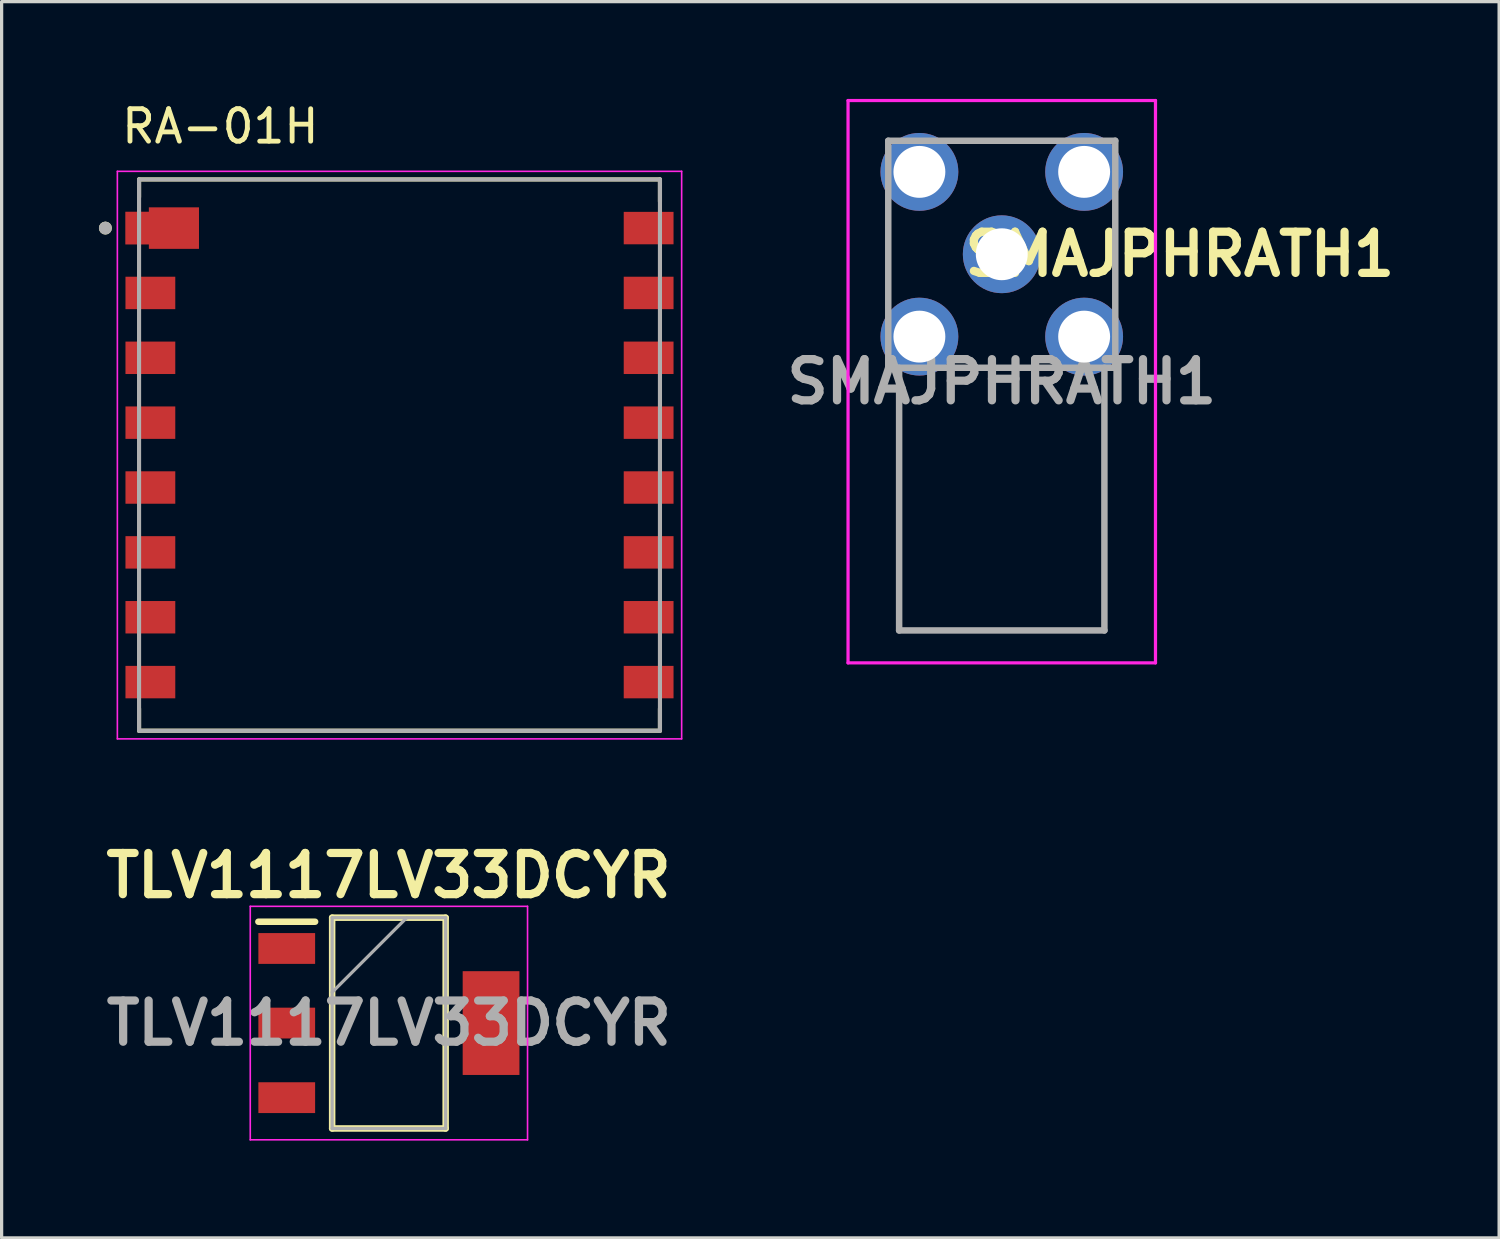
<source format=kicad_pcb>
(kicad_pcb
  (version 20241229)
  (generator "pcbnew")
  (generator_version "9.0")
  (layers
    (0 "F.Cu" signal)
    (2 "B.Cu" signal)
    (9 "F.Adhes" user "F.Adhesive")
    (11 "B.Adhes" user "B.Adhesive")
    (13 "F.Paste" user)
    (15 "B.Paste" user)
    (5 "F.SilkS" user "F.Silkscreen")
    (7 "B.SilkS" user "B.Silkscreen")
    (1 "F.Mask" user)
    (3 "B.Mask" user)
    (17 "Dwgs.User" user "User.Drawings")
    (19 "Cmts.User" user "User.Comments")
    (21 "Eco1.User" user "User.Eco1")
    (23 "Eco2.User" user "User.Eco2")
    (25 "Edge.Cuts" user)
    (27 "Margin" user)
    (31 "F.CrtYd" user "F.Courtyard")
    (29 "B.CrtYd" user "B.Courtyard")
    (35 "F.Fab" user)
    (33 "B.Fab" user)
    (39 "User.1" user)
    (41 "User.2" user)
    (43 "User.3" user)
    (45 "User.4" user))
  (footprint "RA-01H"
    (layer "F.Cu")
    (at 9.269 10.983)
    (property "Reference" "RA-01H" (at -5.525 -10.135 0) (layer "F.SilkS") (effects (font (size 1 1) (thickness 0.15))))
    (attr smd)
    (fp_poly (pts (xy -6.088 -7.735) (xy -6.088 -6.265) (xy -7.824 -6.265) (xy -7.824 -6.4) (xy -8.55 -6.4) (xy -8.55 -7.6) (xy -7.824 -7.6) (xy -7.824 -7.735)) (stroke (width 0.01) (type solid)) (fill yes) (layer "F.Mask"))
    (fp_line (start -8.031 -8.5) (end 8.031 -8.5) (stroke (width 0.127) (type solid)) (layer "F.SilkS"))
    (fp_line (start -8.031 -7.955) (end -8.031 -8.5) (stroke (width 0.127) (type solid)) (layer "F.SilkS"))
    (fp_line (start -8.031 8.5) (end -8.031 7.82) (stroke (width 0.127) (type solid)) (layer "F.SilkS"))
    (fp_line (start 8.031 -8.5) (end 8.031 -7.82) (stroke (width 0.127) (type solid)) (layer "F.SilkS"))
    (fp_line (start 8.031 8.5) (end -8.031 8.5) (stroke (width 0.127) (type solid)) (layer "F.SilkS"))
    (fp_line (start 8.031 8.5) (end 8.031 7.82) (stroke (width 0.127) (type solid)) (layer "F.SilkS"))
    (fp_circle (center -9.069 -7) (end -8.969 -7) (stroke (width 0.2) (type solid)) (fill no) (layer "F.SilkS"))
    (fp_poly (pts (xy -6.188 -7.635) (xy -6.188 -6.365) (xy -7.724 -6.365) (xy -7.724 -6.5) (xy -8.45 -6.5) (xy -8.45 -7.5) (xy -7.724 -7.5) (xy -7.724 -7.635)) (stroke (width 0.01) (type solid)) (fill yes) (layer "F.Paste"))
    (fp_line (start -8.7 -8.75) (end -8.7 8.75) (stroke (width 0.05) (type solid)) (layer "F.CrtYd"))
    (fp_line (start -8.7 8.75) (end 8.7 8.75) (stroke (width 0.05) (type solid)) (layer "F.CrtYd"))
    (fp_line (start 8.7 -8.75) (end -8.7 -8.75) (stroke (width 0.05) (type solid)) (layer "F.CrtYd"))
    (fp_line (start 8.7 8.75) (end 8.7 -8.75) (stroke (width 0.05) (type solid)) (layer "F.CrtYd"))
    (fp_line (start -8.031 -8.5) (end 8.031 -8.5) (stroke (width 0.127) (type solid)) (layer "F.Fab"))
    (fp_line (start -8.031 8.5) (end -8.031 -8.5) (stroke (width 0.127) (type solid)) (layer "F.Fab"))
    (fp_line (start 8.031 -8.5) (end 8.031 8.5) (stroke (width 0.127) (type solid)) (layer "F.Fab"))
    (fp_line (start 8.031 8.5) (end -8.031 8.5) (stroke (width 0.127) (type solid)) (layer "F.Fab"))
    (fp_circle (center -9.069 -7) (end -8.969 -7) (stroke (width 0.2) (type solid)) (fill no) (layer "F.Fab"))
    (pad "1" smd custom (at -7.682 -7) (size 1.536 1) (layers "F.Cu") (options (anchor rect)) (primitives (gr_poly (pts (xy 1.494 -0.635) (xy 1.494 0.635) (xy -0.042 0.635) (xy -0.042 0.5) (xy -0.768 0.5) (xy -0.768 -0.5) (xy -0.042 -0.5) (xy -0.042 -0.635)) (width 0.01) (fill yes))))
    (pad "2" smd rect (at -7.682 -5) (size 1.536 1) (layers "F.Cu" "F.Mask" "F.Paste"))
    (pad "3" smd rect (at -7.682 -3) (size 1.536 1) (layers "F.Cu" "F.Mask" "F.Paste"))
    (pad "4" smd rect (at -7.682 -1) (size 1.536 1) (layers "F.Cu" "F.Mask" "F.Paste"))
    (pad "5" smd rect (at -7.682 1) (size 1.536 1) (layers "F.Cu" "F.Mask" "F.Paste"))
    (pad "6" smd rect (at -7.682 3) (size 1.536 1) (layers "F.Cu" "F.Mask" "F.Paste"))
    (pad "7" smd rect (at -7.682 5) (size 1.536 1) (layers "F.Cu" "F.Mask" "F.Paste"))
    (pad "8" smd rect (at -7.682 7) (size 1.536 1) (layers "F.Cu" "F.Mask" "F.Paste"))
    (pad "9" smd rect (at 7.682 7) (size 1.536 1) (layers "F.Cu" "F.Mask" "F.Paste"))
    (pad "10" smd rect (at 7.682 5) (size 1.536 1) (layers "F.Cu" "F.Mask" "F.Paste"))
    (pad "11" smd rect (at 7.682 3) (size 1.536 1) (layers "F.Cu" "F.Mask" "F.Paste"))
    (pad "12" smd rect (at 7.682 1) (size 1.536 1) (layers "F.Cu" "F.Mask" "F.Paste"))
    (pad "13" smd rect (at 7.682 -1) (size 1.536 1) (layers "F.Cu" "F.Mask" "F.Paste"))
    (pad "14" smd rect (at 7.682 -3) (size 1.536 1) (layers "F.Cu" "F.Mask" "F.Paste"))
    (pad "15" smd rect (at 7.682 -5) (size 1.536 1) (layers "F.Cu" "F.Mask" "F.Paste"))
    (pad "16" smd rect (at 7.682 -7) (size 1.536 1) (layers "F.Cu" "F.Mask" "F.Paste")))
  (footprint "SMAJPHRATH1"
    (layer "F.Cu")
    (at 27.84 4.79)
    (property "Reference" "SMAJPHRATH1" (at 5.49 0 0) (layer "F.SilkS") (effects (font (size 1.27 1.27) (thickness 0.254))))
    (attr through_hole)
    (fp_line (start -3.5 -1) (end -3.5 1) (stroke (width 0.1) (type solid)) (layer "F.SilkS"))
    (fp_line (start -1 -3.5) (end 1 -3.5) (stroke (width 0.1) (type solid)) (layer "F.SilkS"))
    (fp_line (start -1 3.5) (end 1 3.5) (stroke (width 0.1) (type solid)) (layer "F.SilkS"))
    (fp_line (start 3.5 -1) (end 3.5 1) (stroke (width 0.1) (type solid)) (layer "F.SilkS"))
    (fp_line (start -4.74 -4.74) (end 4.74 -4.74) (stroke (width 0.1) (type solid)) (layer "F.CrtYd"))
    (fp_line (start -4.74 12.6) (end -4.74 -4.74) (stroke (width 0.1) (type solid)) (layer "F.CrtYd"))
    (fp_line (start 4.74 -4.74) (end 4.74 12.6) (stroke (width 0.1) (type solid)) (layer "F.CrtYd"))
    (fp_line (start 4.74 12.6) (end -4.74 12.6) (stroke (width 0.1) (type solid)) (layer "F.CrtYd"))
    (fp_line (start -3.5 -3.5) (end 3.5 -3.5) (stroke (width 0.2) (type solid)) (layer "F.Fab"))
    (fp_line (start -3.5 3.5) (end -3.5 -3.5) (stroke (width 0.2) (type solid)) (layer "F.Fab"))
    (fp_line (start -3.165 3.5) (end -3.165 11.6) (stroke (width 0.2) (type solid)) (layer "F.Fab"))
    (fp_line (start -3.165 11.6) (end 3.165 11.6) (stroke (width 0.2) (type solid)) (layer "F.Fab"))
    (fp_line (start 3.165 11.6) (end 3.165 3.5) (stroke (width 0.2) (type solid)) (layer "F.Fab"))
    (fp_line (start 3.5 -3.5) (end 3.5 3.5) (stroke (width 0.2) (type solid)) (layer "F.Fab"))
    (fp_line (start 3.5 3.5) (end -3.5 3.5) (stroke (width 0.2) (type solid)) (layer "F.Fab"))
    (fp_text user "${REFERENCE}" (at 0 3.93 0) (layer "F.Fab") (effects (font (size 1.27 1.27) (thickness 0.254))))
    (pad "1" thru_hole circle (at 0 0) (size 2.4 2.4) (drill 1.6) (layers "*.Cu" "*.Mask"))
    (pad "2" thru_hole circle (at -2.54 -2.54) (size 2.4 2.4) (drill 1.6) (layers "*.Cu" "*.Mask"))
    (pad "3" thru_hole circle (at -2.54 2.54) (size 2.4 2.4) (drill 1.6) (layers "*.Cu" "*.Mask"))
    (pad "4" thru_hole circle (at 2.54 2.54) (size 2.4 2.4) (drill 1.6) (layers "*.Cu" "*.Mask"))
    (pad "5" thru_hole circle (at 2.54 -2.54) (size 2.4 2.4) (drill 1.6) (layers "*.Cu" "*.Mask")))
  (footprint "TLV1117LV33DCYR"
    (layer "F.Cu")
    (at 8.942 28.497)
    (property "Reference" "TLV1117LV33DCYR" (at -0.01 -4.55 0) (layer "F.SilkS") (effects (font (size 1.27 1.27) (thickness 0.254))))
    (attr smd)
    (fp_line (start -4.025 -3.125) (end -2.275 -3.125) (stroke (width 0.2) (type solid)) (layer "F.SilkS"))
    (fp_line (start -1.75 -3.25) (end 1.75 -3.25) (stroke (width 0.2) (type solid)) (layer "F.SilkS"))
    (fp_line (start -1.75 3.25) (end -1.75 -3.25) (stroke (width 0.2) (type solid)) (layer "F.SilkS"))
    (fp_line (start 1.75 -3.25) (end 1.75 3.25) (stroke (width 0.2) (type solid)) (layer "F.SilkS"))
    (fp_line (start 1.75 3.25) (end -1.75 3.25) (stroke (width 0.2) (type solid)) (layer "F.SilkS"))
    (fp_line (start -4.275 -3.6) (end 4.275 -3.6) (stroke (width 0.05) (type solid)) (layer "F.CrtYd"))
    (fp_line (start -4.275 3.6) (end -4.275 -3.6) (stroke (width 0.05) (type solid)) (layer "F.CrtYd"))
    (fp_line (start 4.275 -3.6) (end 4.275 3.6) (stroke (width 0.05) (type solid)) (layer "F.CrtYd"))
    (fp_line (start 4.275 3.6) (end -4.275 3.6) (stroke (width 0.05) (type solid)) (layer "F.CrtYd"))
    (fp_line (start -1.75 -3.25) (end 1.75 -3.25) (stroke (width 0.1) (type solid)) (layer "F.Fab"))
    (fp_line (start -1.75 -0.95) (end 0.55 -3.25) (stroke (width 0.1) (type solid)) (layer "F.Fab"))
    (fp_line (start -1.75 3.25) (end -1.75 -3.25) (stroke (width 0.1) (type solid)) (layer "F.Fab"))
    (fp_line (start 1.75 -3.25) (end 1.75 3.25) (stroke (width 0.1) (type solid)) (layer "F.Fab"))
    (fp_line (start 1.75 3.25) (end -1.75 3.25) (stroke (width 0.1) (type solid)) (layer "F.Fab"))
    (fp_text user "${REFERENCE}" (at 0 0 0) (layer "F.Fab") (effects (font (size 1.27 1.27) (thickness 0.254))))
    (pad "1" smd rect (at -3.15 -2.3 90) (size 0.95 1.75) (layers "F.Cu" "F.Mask" "F.Paste"))
    (pad "2" smd rect (at -3.15 0 90) (size 0.95 1.75) (layers "F.Cu" "F.Mask" "F.Paste"))
    (pad "2" smd rect (at 3.15 0) (size 1.75 3.2) (layers "F.Cu" "F.Mask" "F.Paste"))
    (pad "3" smd rect (at -3.15 2.3 90) (size 0.95 1.75) (layers "F.Cu" "F.Mask" "F.Paste")))
  (gr_rect
    (start -3 -3)
    (end 43.176 35.122)
    (stroke (width 0.1) (type default))
    (fill no)
    (layer "Edge.Cuts")))
</source>
